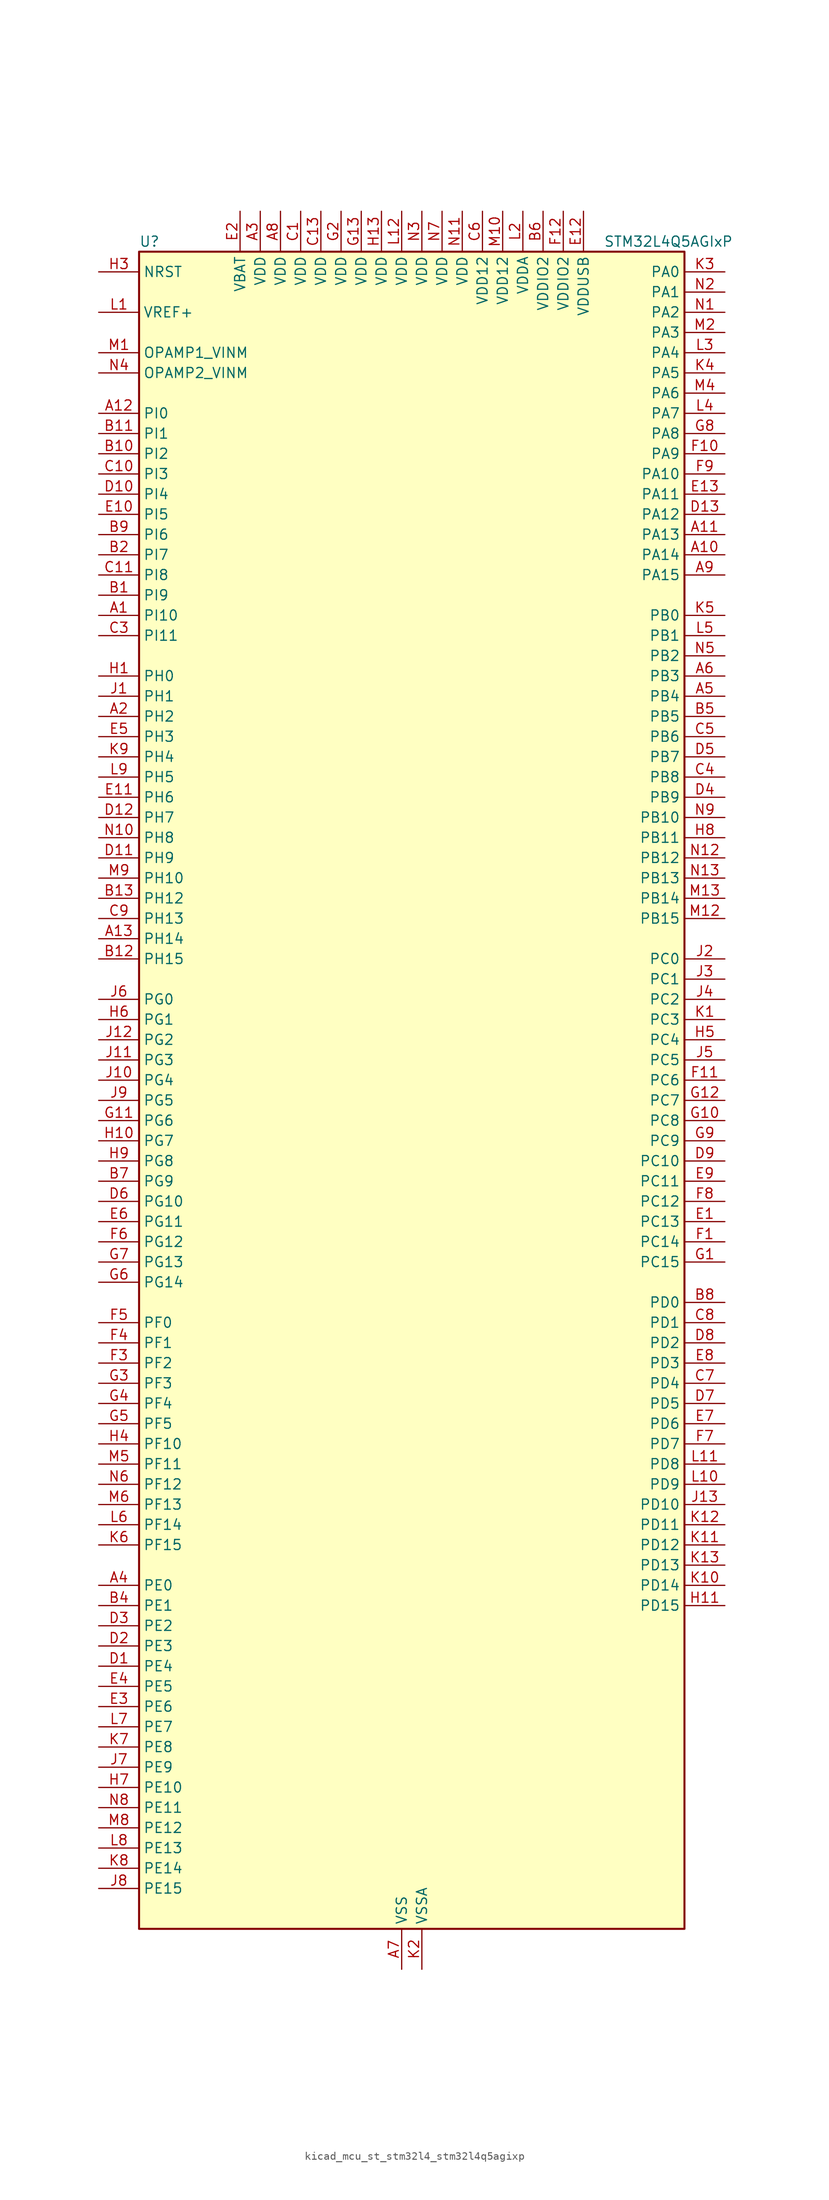
<source format=kicad_sym>
(kicad_symbol_lib
  (version 20220914)
  (generator kicad_symbol_editor)
  (symbol "kicad_mcu_st_stm32l4_stm32l4q5agixp"
    (property "Reference" "U"
      (at -33.02 107.95 0)
      (effects (font (size 1.27 1.27)) (justify left)))
    (property "Value" "STM32L4Q5AGIxP"
      (at 25.4 107.95 0)
      (effects (font (size 1.27 1.27)) (justify left)))
    (property "ki_locked" ""
      (at 0 0 0)
      (effects (font (size 1.27 1.27))))
    (symbol "kicad_mcu_st_stm32l4_stm32l4q5agixp_0_1"
      (rectangle (start -33.02 -104.14) (end 35.56 106.68) (stroke (width 0.254) (type default)) (fill (type background))))
    (symbol "kicad_mcu_st_stm32l4_stm32l4q5agixp_1_1"
      (pin bidirectional line (at -38.1 60.96 0) (length 5.08) (name "PI10" (effects (font (size 1.27 1.27)))) (number "A1" (effects (font (size 1.27 1.27)))) (alternate "OCTOSPIM_P2_IO1" bidirectional line) (alternate "PSSI_D14" bidirectional line))
      (pin bidirectional line (at 40.64 68.58 180) (length 5.08) (name "PA14" (effects (font (size 1.27 1.27)))) (number "A10" (effects (font (size 1.27 1.27)))) (alternate "I2C1_SMBA" bidirectional line) (alternate "I2C4_SMBA" bidirectional line) (alternate "LPTIM1_OUT" bidirectional line) (alternate "SAI1_FS_B" bidirectional line) (alternate "SYS_JTCK-SWCLK" bidirectional line) (alternate "USB_OTG_FS_SOF" bidirectional line))
      (pin bidirectional line (at 40.64 71.12 180) (length 5.08) (name "PA13" (effects (font (size 1.27 1.27)))) (number "A11" (effects (font (size 1.27 1.27)))) (alternate "IR_OUT" bidirectional line) (alternate "SAI1_SD_B" bidirectional line) (alternate "SYS_JTMS-SWDIO" bidirectional line) (alternate "USB_OTG_FS_NOE" bidirectional line))
      (pin bidirectional line (at -38.1 86.36 0) (length 5.08) (name "PI0" (effects (font (size 1.27 1.27)))) (number "A12" (effects (font (size 1.27 1.27)))) (alternate "DCMI_D13" bidirectional line) (alternate "OCTOSPIM_P1_IO5" bidirectional line) (alternate "PSSI_D13" bidirectional line) (alternate "SPI2_NSS" bidirectional line) (alternate "TIM5_CH4" bidirectional line))
      (pin bidirectional line (at -38.1 20.32 0) (length 5.08) (name "PH14" (effects (font (size 1.27 1.27)))) (number "A13" (effects (font (size 1.27 1.27)))) (alternate "DCMI_D4" bidirectional line) (alternate "PSSI_D4" bidirectional line) (alternate "TIM8_CH2N" bidirectional line))
      (pin bidirectional line (at -38.1 48.26 0) (length 5.08) (name "PH2" (effects (font (size 1.27 1.27)))) (number "A2" (effects (font (size 1.27 1.27)))) (alternate "OCTOSPIM_P1_IO4" bidirectional line))
      (pin power_in line (at -17.78 111.76 270) (length 5.08) (name "VDD" (effects (font (size 1.27 1.27)))) (number "A3" (effects (font (size 1.27 1.27)))))
      (pin bidirectional line (at -38.1 -60.96 0) (length 5.08) (name "PE0" (effects (font (size 1.27 1.27)))) (number "A4" (effects (font (size 1.27 1.27)))) (alternate "DCMI_D2" bidirectional line) (alternate "FMC_NBL0" bidirectional line) (alternate "LTDC_HSYNC" bidirectional line) (alternate "PSSI_D2" bidirectional line) (alternate "TIM16_CH1" bidirectional line) (alternate "TIM4_ETR" bidirectional line))
      (pin bidirectional line (at 40.64 50.8 180) (length 5.08) (name "PB4" (effects (font (size 1.27 1.27)))) (number "A5" (effects (font (size 1.27 1.27)))) (alternate "COMP2_INP" bidirectional line) (alternate "DCMI_D12" bidirectional line) (alternate "I2C3_SDA" bidirectional line) (alternate "OCTOSPIM_P1_IO5" bidirectional line) (alternate "PSSI_D12" bidirectional line) (alternate "SAI1_MCLK_B" bidirectional line) (alternate "SDMMC2_D3" bidirectional line) (alternate "SPI1_MISO" bidirectional line) (alternate "SPI3_MISO" bidirectional line) (alternate "SYS_JTRST" bidirectional line) (alternate "TIM17_BKIN" bidirectional line) (alternate "TIM3_CH1" bidirectional line) (alternate "TSC_G2_IO1" bidirectional line) (alternate "UART5_DE" bidirectional line) (alternate "UART5_RTS" bidirectional line) (alternate "USART1_CTS" bidirectional line) (alternate "USART1_NSS" bidirectional line))
      (pin bidirectional line (at 40.64 53.34 180) (length 5.08) (name "PB3" (effects (font (size 1.27 1.27)))) (number "A6" (effects (font (size 1.27 1.27)))) (alternate "COMP2_INM" bidirectional line) (alternate "CRS_SYNC" bidirectional line) (alternate "OCTOSPIM_P1_IO4" bidirectional line) (alternate "SAI1_SCK_B" bidirectional line) (alternate "SDMMC2_D2" bidirectional line) (alternate "SPI1_SCK" bidirectional line) (alternate "SPI3_SCK" bidirectional line) (alternate "SYS_JTDO-SWO" bidirectional line) (alternate "TIM2_CH2" bidirectional line) (alternate "USART1_DE" bidirectional line) (alternate "USART1_RTS" bidirectional line))
      (pin power_in line (at 0 -109.22 90) (length 5.08) (name "VSS" (effects (font (size 1.27 1.27)))) (number "A7" (effects (font (size 1.27 1.27)))))
      (pin power_in line (at -15.24 111.76 270) (length 5.08) (name "VDD" (effects (font (size 1.27 1.27)))) (number "A8" (effects (font (size 1.27 1.27)))))
      (pin bidirectional line (at 40.64 66.04 180) (length 5.08) (name "PA15" (effects (font (size 1.27 1.27)))) (number "A9" (effects (font (size 1.27 1.27)))) (alternate "ADC1_EXTI15" bidirectional line) (alternate "ADC2_EXTI15" bidirectional line) (alternate "LTDC_HSYNC" bidirectional line) (alternate "SAI2_FS_B" bidirectional line) (alternate "SPI1_NSS" bidirectional line) (alternate "SPI3_NSS" bidirectional line) (alternate "SYS_JTDI" bidirectional line) (alternate "TIM2_CH1" bidirectional line) (alternate "TIM2_ETR" bidirectional line) (alternate "TSC_G3_IO1" bidirectional line) (alternate "UART4_DE" bidirectional line) (alternate "UART4_RTS" bidirectional line) (alternate "USART2_RX" bidirectional line) (alternate "USART3_DE" bidirectional line) (alternate "USART3_RTS" bidirectional line))
      (pin bidirectional line (at -38.1 63.5 0) (length 5.08) (name "PI9" (effects (font (size 1.27 1.27)))) (number "B1" (effects (font (size 1.27 1.27)))) (alternate "CAN1_RX" bidirectional line) (alternate "DAC1_EXTI9" bidirectional line) (alternate "OCTOSPIM_P2_IO2" bidirectional line))
      (pin bidirectional line (at -38.1 81.28 0) (length 5.08) (name "PI2" (effects (font (size 1.27 1.27)))) (number "B10" (effects (font (size 1.27 1.27)))) (alternate "DCMI_D9" bidirectional line) (alternate "PSSI_D9" bidirectional line) (alternate "SPI2_MISO" bidirectional line) (alternate "TIM8_CH4" bidirectional line))
      (pin bidirectional line (at -38.1 83.82 0) (length 5.08) (name "PI1" (effects (font (size 1.27 1.27)))) (number "B11" (effects (font (size 1.27 1.27)))) (alternate "DCMI_D8" bidirectional line) (alternate "PSSI_D8" bidirectional line) (alternate "SPI2_SCK" bidirectional line))
      (pin bidirectional line (at -38.1 17.78 0) (length 5.08) (name "PH15" (effects (font (size 1.27 1.27)))) (number "B12" (effects (font (size 1.27 1.27)))) (alternate "ADC1_EXTI15" bidirectional line) (alternate "ADC2_EXTI15" bidirectional line) (alternate "DCMI_D11" bidirectional line) (alternate "OCTOSPIM_P2_IO6" bidirectional line) (alternate "PSSI_D11" bidirectional line) (alternate "TIM8_CH3N" bidirectional line))
      (pin bidirectional line (at -38.1 25.4 0) (length 5.08) (name "PH12" (effects (font (size 1.27 1.27)))) (number "B13" (effects (font (size 1.27 1.27)))) (alternate "DCMI_D3" bidirectional line) (alternate "OCTOSPIM_P2_IO7" bidirectional line) (alternate "PSSI_D3" bidirectional line) (alternate "TIM5_CH3" bidirectional line))
      (pin bidirectional line (at -38.1 68.58 0) (length 5.08) (name "PI7" (effects (font (size 1.27 1.27)))) (number "B2" (effects (font (size 1.27 1.27)))) (alternate "DCMI_D7" bidirectional line) (alternate "OCTOSPIM_P2_NCLK" bidirectional line) (alternate "PSSI_D7" bidirectional line) (alternate "TIM8_CH3" bidirectional line))
      (pin passive line (at 0 -109.22 90) (length 5.08) hide (name "VSS" (effects (font (size 1.27 1.27)))) (number "B3" (effects (font (size 1.27 1.27)))))
      (pin bidirectional line (at -38.1 -63.5 0) (length 5.08) (name "PE1" (effects (font (size 1.27 1.27)))) (number "B4" (effects (font (size 1.27 1.27)))) (alternate "DCMI_D3" bidirectional line) (alternate "FMC_NBL1" bidirectional line) (alternate "LTDC_VSYNC" bidirectional line) (alternate "PSSI_D3" bidirectional line) (alternate "TIM17_CH1" bidirectional line))
      (pin bidirectional line (at 40.64 48.26 180) (length 5.08) (name "PB5" (effects (font (size 1.27 1.27)))) (number "B5" (effects (font (size 1.27 1.27)))) (alternate "COMP2_OUT" bidirectional line) (alternate "DCMI_D10" bidirectional line) (alternate "I2C1_SMBA" bidirectional line) (alternate "LPTIM1_IN1" bidirectional line) (alternate "OCTOSPIM_P1_IO0" bidirectional line) (alternate "PSSI_D10" bidirectional line) (alternate "SAI1_SD_B" bidirectional line) (alternate "SPI1_MOSI" bidirectional line) (alternate "SPI3_MOSI" bidirectional line) (alternate "TIM16_BKIN" bidirectional line) (alternate "TIM3_CH2" bidirectional line) (alternate "TSC_G2_IO2" bidirectional line) (alternate "UART5_CTS" bidirectional line) (alternate "USART1_CK" bidirectional line))
      (pin power_in line (at 17.78 111.76 270) (length 5.08) (name "VDDIO2" (effects (font (size 1.27 1.27)))) (number "B6" (effects (font (size 1.27 1.27)))))
      (pin bidirectional line (at -38.1 -10.16 0) (length 5.08) (name "PG9" (effects (font (size 1.27 1.27)))) (number "B7" (effects (font (size 1.27 1.27)))) (alternate "DAC1_EXTI9" bidirectional line) (alternate "FMC_NCE" bidirectional line) (alternate "FMC_NE2" bidirectional line) (alternate "OCTOSPIM_P2_IO6" bidirectional line) (alternate "SAI2_SCK_A" bidirectional line) (alternate "SDMMC2_D0" bidirectional line) (alternate "SPI3_SCK" bidirectional line) (alternate "TIM15_CH1N" bidirectional line) (alternate "USART1_TX" bidirectional line))
      (pin bidirectional line (at 40.64 -25.4 180) (length 5.08) (name "PD0" (effects (font (size 1.27 1.27)))) (number "B8" (effects (font (size 1.27 1.27)))) (alternate "CAN1_RX" bidirectional line) (alternate "FMC_D2" bidirectional line) (alternate "FMC_DA2" bidirectional line) (alternate "LTDC_B4" bidirectional line) (alternate "SPI2_NSS" bidirectional line))
      (pin bidirectional line (at -38.1 71.12 0) (length 5.08) (name "PI6" (effects (font (size 1.27 1.27)))) (number "B9" (effects (font (size 1.27 1.27)))) (alternate "DCMI_D6" bidirectional line) (alternate "OCTOSPIM_P2_CLK" bidirectional line) (alternate "PSSI_D6" bidirectional line) (alternate "TIM8_CH2" bidirectional line))
      (pin power_in line (at -12.7 111.76 270) (length 5.08) (name "VDD" (effects (font (size 1.27 1.27)))) (number "C1" (effects (font (size 1.27 1.27)))))
      (pin bidirectional line (at -38.1 78.74 0) (length 5.08) (name "PI3" (effects (font (size 1.27 1.27)))) (number "C10" (effects (font (size 1.27 1.27)))) (alternate "DCMI_D10" bidirectional line) (alternate "PSSI_D10" bidirectional line) (alternate "SPI2_MOSI" bidirectional line) (alternate "TIM8_ETR" bidirectional line))
      (pin bidirectional line (at -38.1 66.04 0) (length 5.08) (name "PI8" (effects (font (size 1.27 1.27)))) (number "C11" (effects (font (size 1.27 1.27)))) (alternate "DCMI_D12" bidirectional line) (alternate "OCTOSPIM_P2_NCS" bidirectional line) (alternate "PSSI_D12" bidirectional line))
      (pin passive line (at 0 -109.22 90) (length 5.08) hide (name "VSS" (effects (font (size 1.27 1.27)))) (number "C12" (effects (font (size 1.27 1.27)))))
      (pin power_in line (at -10.16 111.76 270) (length 5.08) (name "VDD" (effects (font (size 1.27 1.27)))) (number "C13" (effects (font (size 1.27 1.27)))))
      (pin passive line (at 0 -109.22 90) (length 5.08) hide (name "VSS" (effects (font (size 1.27 1.27)))) (number "C2" (effects (font (size 1.27 1.27)))))
      (pin bidirectional line (at -38.1 58.42 0) (length 5.08) (name "PI11" (effects (font (size 1.27 1.27)))) (number "C3" (effects (font (size 1.27 1.27)))) (alternate "ADC1_EXTI11" bidirectional line) (alternate "ADC2_EXTI11" bidirectional line) (alternate "OCTOSPIM_P2_IO0" bidirectional line) (alternate "PSSI_D15" bidirectional line))
      (pin bidirectional line (at 40.64 40.64 180) (length 5.08) (name "PB8" (effects (font (size 1.27 1.27)))) (number "C4" (effects (font (size 1.27 1.27)))) (alternate "CAN1_RX" bidirectional line) (alternate "DCMI_D6" bidirectional line) (alternate "DFSDM1_CKOUT" bidirectional line) (alternate "I2C1_SCL" bidirectional line) (alternate "LTDC_DE" bidirectional line) (alternate "PSSI_D6" bidirectional line) (alternate "SAI1_CK1" bidirectional line) (alternate "SAI1_MCLK_A" bidirectional line) (alternate "SDMMC1_CKIN" bidirectional line) (alternate "SDMMC1_D4" bidirectional line) (alternate "SDMMC2_D4" bidirectional line) (alternate "TIM16_CH1" bidirectional line) (alternate "TIM4_CH3" bidirectional line))
      (pin bidirectional line (at 40.64 45.72 180) (length 5.08) (name "PB6" (effects (font (size 1.27 1.27)))) (number "C5" (effects (font (size 1.27 1.27)))) (alternate "COMP2_INP" bidirectional line) (alternate "DCMI_D5" bidirectional line) (alternate "I2C1_SCL" bidirectional line) (alternate "I2C4_SCL" bidirectional line) (alternate "LPTIM1_ETR" bidirectional line) (alternate "LTDC_R6" bidirectional line) (alternate "PSSI_D5" bidirectional line) (alternate "SAI1_FS_B" bidirectional line) (alternate "TIM16_CH1N" bidirectional line) (alternate "TIM4_CH1" bidirectional line) (alternate "TIM8_BKIN2" bidirectional line) (alternate "TSC_G2_IO3" bidirectional line) (alternate "USART1_TX" bidirectional line))
      (pin power_in line (at 10.16 111.76 270) (length 5.08) (name "VDD12" (effects (font (size 1.27 1.27)))) (number "C6" (effects (font (size 1.27 1.27)))))
      (pin bidirectional line (at 40.64 -35.56 180) (length 5.08) (name "PD4" (effects (font (size 1.27 1.27)))) (number "C7" (effects (font (size 1.27 1.27)))) (alternate "DFSDM1_CKIN0" bidirectional line) (alternate "FMC_NOE" bidirectional line) (alternate "OCTOSPIM_P1_IO4" bidirectional line) (alternate "SDMMC2_CKIN" bidirectional line) (alternate "SPI2_MOSI" bidirectional line) (alternate "USART2_DE" bidirectional line) (alternate "USART2_RTS" bidirectional line))
      (pin bidirectional line (at 40.64 -27.94 180) (length 5.08) (name "PD1" (effects (font (size 1.27 1.27)))) (number "C8" (effects (font (size 1.27 1.27)))) (alternate "CAN1_TX" bidirectional line) (alternate "FMC_D3" bidirectional line) (alternate "FMC_DA3" bidirectional line) (alternate "LTDC_B5" bidirectional line) (alternate "SPI2_SCK" bidirectional line))
      (pin bidirectional line (at -38.1 22.86 0) (length 5.08) (name "PH13" (effects (font (size 1.27 1.27)))) (number "C9" (effects (font (size 1.27 1.27)))) (alternate "CAN1_TX" bidirectional line) (alternate "TIM8_CH1N" bidirectional line))
      (pin bidirectional line (at -38.1 -71.12 0) (length 5.08) (name "PE4" (effects (font (size 1.27 1.27)))) (number "D1" (effects (font (size 1.27 1.27)))) (alternate "DCMI_D4" bidirectional line) (alternate "DFSDM1_DATIN3" bidirectional line) (alternate "FMC_A20" bidirectional line) (alternate "LTDC_B7" bidirectional line) (alternate "PSSI_D4" bidirectional line) (alternate "SAI1_D2" bidirectional line) (alternate "SAI1_FS_A" bidirectional line) (alternate "SYS_TRACED1" bidirectional line) (alternate "TIM3_CH2" bidirectional line) (alternate "TSC_G7_IO3" bidirectional line))
      (pin bidirectional line (at -38.1 76.2 0) (length 5.08) (name "PI4" (effects (font (size 1.27 1.27)))) (number "D10" (effects (font (size 1.27 1.27)))) (alternate "DCMI_D5" bidirectional line) (alternate "PSSI_D5" bidirectional line) (alternate "TIM8_BKIN" bidirectional line))
      (pin bidirectional line (at -38.1 30.48 0) (length 5.08) (name "PH9" (effects (font (size 1.27 1.27)))) (number "D11" (effects (font (size 1.27 1.27)))) (alternate "DAC1_EXTI9" bidirectional line) (alternate "DCMI_D0" bidirectional line) (alternate "I2C3_SMBA" bidirectional line) (alternate "OCTOSPIM_P2_IO4" bidirectional line) (alternate "PSSI_D0" bidirectional line))
      (pin bidirectional line (at -38.1 35.56 0) (length 5.08) (name "PH7" (effects (font (size 1.27 1.27)))) (number "D12" (effects (font (size 1.27 1.27)))) (alternate "DCMI_D9" bidirectional line) (alternate "I2C3_SCL" bidirectional line) (alternate "OCTOSPIM_P2_NCLK" bidirectional line) (alternate "PSSI_D9" bidirectional line))
      (pin bidirectional line (at 40.64 73.66 180) (length 5.08) (name "PA12" (effects (font (size 1.27 1.27)))) (number "D13" (effects (font (size 1.27 1.27)))) (alternate "CAN1_TX" bidirectional line) (alternate "LTDC_VSYNC" bidirectional line) (alternate "OCTOSPIM_P2_NCS" bidirectional line) (alternate "SPI1_MOSI" bidirectional line) (alternate "TIM1_ETR" bidirectional line) (alternate "USART1_DE" bidirectional line) (alternate "USART1_RTS" bidirectional line) (alternate "USB_OTG_FS_DP" bidirectional line))
      (pin bidirectional line (at -38.1 -68.58 0) (length 5.08) (name "PE3" (effects (font (size 1.27 1.27)))) (number "D2" (effects (font (size 1.27 1.27)))) (alternate "FMC_A19" bidirectional line) (alternate "LTDC_R6" bidirectional line) (alternate "OCTOSPIM_P1_DQS" bidirectional line) (alternate "SAI1_SD_B" bidirectional line) (alternate "SYS_TRACED0" bidirectional line) (alternate "TIM3_CH1" bidirectional line) (alternate "TSC_G7_IO2" bidirectional line))
      (pin bidirectional line (at -38.1 -66.04 0) (length 5.08) (name "PE2" (effects (font (size 1.27 1.27)))) (number "D3" (effects (font (size 1.27 1.27)))) (alternate "FMC_A23" bidirectional line) (alternate "LTDC_R7" bidirectional line) (alternate "SAI1_CK1" bidirectional line) (alternate "SAI1_MCLK_A" bidirectional line) (alternate "SYS_TRACECLK" bidirectional line) (alternate "TIM3_ETR" bidirectional line) (alternate "TSC_G7_IO1" bidirectional line))
      (pin bidirectional line (at 40.64 38.1 180) (length 5.08) (name "PB9" (effects (font (size 1.27 1.27)))) (number "D4" (effects (font (size 1.27 1.27)))) (alternate "CAN1_TX" bidirectional line) (alternate "DAC1_EXTI9" bidirectional line) (alternate "DCMI_D7" bidirectional line) (alternate "I2C1_SDA" bidirectional line) (alternate "IR_OUT" bidirectional line) (alternate "PSSI_D7" bidirectional line) (alternate "SAI1_D2" bidirectional line) (alternate "SAI1_FS_A" bidirectional line) (alternate "SDMMC1_CDIR" bidirectional line) (alternate "SDMMC1_D5" bidirectional line) (alternate "SDMMC2_D5" bidirectional line) (alternate "SPI2_NSS" bidirectional line) (alternate "TIM17_CH1" bidirectional line) (alternate "TIM4_CH4" bidirectional line))
      (pin bidirectional line (at 40.64 43.18 180) (length 5.08) (name "PB7" (effects (font (size 1.27 1.27)))) (number "D5" (effects (font (size 1.27 1.27)))) (alternate "COMP2_INM" bidirectional line) (alternate "DCMI_VSYNC" bidirectional line) (alternate "FMC_NL" bidirectional line) (alternate "I2C1_SDA" bidirectional line) (alternate "I2C4_SDA" bidirectional line) (alternate "LPTIM1_IN2" bidirectional line) (alternate "LTDC_VSYNC" bidirectional line) (alternate "PSSI_RDY" bidirectional line) (alternate "SYS_PVD_IN" bidirectional line) (alternate "TIM17_CH1N" bidirectional line) (alternate "TIM4_CH2" bidirectional line) (alternate "TIM8_BKIN" bidirectional line) (alternate "TSC_G2_IO4" bidirectional line) (alternate "UART4_CTS" bidirectional line) (alternate "USART1_RX" bidirectional line))
      (pin bidirectional line (at -38.1 -12.7 0) (length 5.08) (name "PG10" (effects (font (size 1.27 1.27)))) (number "D6" (effects (font (size 1.27 1.27)))) (alternate "FMC_NE3" bidirectional line) (alternate "LPTIM1_IN1" bidirectional line) (alternate "OCTOSPIM_P2_IO7" bidirectional line) (alternate "SAI2_FS_A" bidirectional line) (alternate "SDMMC2_D1" bidirectional line) (alternate "SPI3_MISO" bidirectional line) (alternate "TIM15_CH1" bidirectional line) (alternate "USART1_RX" bidirectional line))
      (pin bidirectional line (at 40.64 -38.1 180) (length 5.08) (name "PD5" (effects (font (size 1.27 1.27)))) (number "D7" (effects (font (size 1.27 1.27)))) (alternate "FMC_NWE" bidirectional line) (alternate "OCTOSPIM_P1_IO5" bidirectional line) (alternate "USART2_TX" bidirectional line))
      (pin bidirectional line (at 40.64 -30.48 180) (length 5.08) (name "PD2" (effects (font (size 1.27 1.27)))) (number "D8" (effects (font (size 1.27 1.27)))) (alternate "DCMI_D11" bidirectional line) (alternate "PSSI_D11" bidirectional line) (alternate "SDMMC1_CMD" bidirectional line) (alternate "SYS_TRACED2" bidirectional line) (alternate "TIM3_ETR" bidirectional line) (alternate "TSC_SYNC" bidirectional line) (alternate "UART5_RX" bidirectional line) (alternate "USART3_DE" bidirectional line) (alternate "USART3_RTS" bidirectional line))
      (pin bidirectional line (at 40.64 -7.62 180) (length 5.08) (name "PC10" (effects (font (size 1.27 1.27)))) (number "D9" (effects (font (size 1.27 1.27)))) (alternate "DCMI_D8" bidirectional line) (alternate "DCMI_VSYNC" bidirectional line) (alternate "PSSI_D8" bidirectional line) (alternate "PSSI_RDY" bidirectional line) (alternate "SAI2_SCK_B" bidirectional line) (alternate "SDMMC1_D2" bidirectional line) (alternate "SPI3_SCK" bidirectional line) (alternate "SYS_TRACED1" bidirectional line) (alternate "TSC_G3_IO2" bidirectional line) (alternate "UART4_TX" bidirectional line) (alternate "USART3_TX" bidirectional line))
      (pin bidirectional line (at 40.64 -15.24 180) (length 5.08) (name "PC13" (effects (font (size 1.27 1.27)))) (number "E1" (effects (font (size 1.27 1.27)))) (alternate "RTC_OUT1" bidirectional line) (alternate "RTC_TAMP1" bidirectional line) (alternate "RTC_TS" bidirectional line) (alternate "SYS_WKUP2" bidirectional line))
      (pin bidirectional line (at -38.1 73.66 0) (length 5.08) (name "PI5" (effects (font (size 1.27 1.27)))) (number "E10" (effects (font (size 1.27 1.27)))) (alternate "DCMI_VSYNC" bidirectional line) (alternate "OCTOSPIM_P2_NCS" bidirectional line) (alternate "PSSI_RDY" bidirectional line) (alternate "TIM8_CH1" bidirectional line))
      (pin bidirectional line (at -38.1 38.1 0) (length 5.08) (name "PH6" (effects (font (size 1.27 1.27)))) (number "E11" (effects (font (size 1.27 1.27)))) (alternate "DCMI_D8" bidirectional line) (alternate "I2C2_SMBA" bidirectional line) (alternate "OCTOSPIM_P2_CLK" bidirectional line) (alternate "PSSI_D8" bidirectional line))
      (pin power_in line (at 22.86 111.76 270) (length 5.08) (name "VDDUSB" (effects (font (size 1.27 1.27)))) (number "E12" (effects (font (size 1.27 1.27)))))
      (pin bidirectional line (at 40.64 76.2 180) (length 5.08) (name "PA11" (effects (font (size 1.27 1.27)))) (number "E13" (effects (font (size 1.27 1.27)))) (alternate "ADC1_EXTI11" bidirectional line) (alternate "ADC2_EXTI11" bidirectional line) (alternate "CAN1_RX" bidirectional line) (alternate "LTDC_DE" bidirectional line) (alternate "SPI1_MISO" bidirectional line) (alternate "TIM1_BKIN2" bidirectional line) (alternate "TIM1_CH4" bidirectional line) (alternate "USART1_CTS" bidirectional line) (alternate "USART1_NSS" bidirectional line) (alternate "USB_OTG_FS_DM" bidirectional line))
      (pin power_in line (at -20.32 111.76 270) (length 5.08) (name "VBAT" (effects (font (size 1.27 1.27)))) (number "E2" (effects (font (size 1.27 1.27)))))
      (pin bidirectional line (at -38.1 -76.2 0) (length 5.08) (name "PE6" (effects (font (size 1.27 1.27)))) (number "E3" (effects (font (size 1.27 1.27)))) (alternate "DCMI_D7" bidirectional line) (alternate "FMC_A22" bidirectional line) (alternate "LTDC_G6" bidirectional line) (alternate "PSSI_D7" bidirectional line) (alternate "RTC_TAMP3" bidirectional line) (alternate "SAI1_D1" bidirectional line) (alternate "SAI1_SD_A" bidirectional line) (alternate "SYS_TRACED3" bidirectional line) (alternate "SYS_WKUP3" bidirectional line) (alternate "TIM3_CH4" bidirectional line))
      (pin bidirectional line (at -38.1 -73.66 0) (length 5.08) (name "PE5" (effects (font (size 1.27 1.27)))) (number "E4" (effects (font (size 1.27 1.27)))) (alternate "DCMI_D6" bidirectional line) (alternate "DFSDM1_CKIN3" bidirectional line) (alternate "FMC_A21" bidirectional line) (alternate "LTDC_G7" bidirectional line) (alternate "PSSI_D6" bidirectional line) (alternate "SAI1_CK2" bidirectional line) (alternate "SAI1_SCK_A" bidirectional line) (alternate "SYS_TRACED2" bidirectional line) (alternate "TIM3_CH3" bidirectional line) (alternate "TSC_G7_IO4" bidirectional line))
      (pin bidirectional line (at -38.1 45.72 0) (length 5.08) (name "PH3" (effects (font (size 1.27 1.27)))) (number "E5" (effects (font (size 1.27 1.27)))))
      (pin bidirectional line (at -38.1 -15.24 0) (length 5.08) (name "PG11" (effects (font (size 1.27 1.27)))) (number "E6" (effects (font (size 1.27 1.27)))) (alternate "ADC1_EXTI11" bidirectional line) (alternate "ADC2_EXTI11" bidirectional line) (alternate "LPTIM1_IN2" bidirectional line) (alternate "OCTOSPIM_P1_IO5" bidirectional line) (alternate "SAI2_MCLK_A" bidirectional line) (alternate "SDMMC2_D2" bidirectional line) (alternate "SPI3_MOSI" bidirectional line) (alternate "TIM15_CH2" bidirectional line) (alternate "USART1_CTS" bidirectional line) (alternate "USART1_NSS" bidirectional line))
      (pin bidirectional line (at 40.64 -40.64 180) (length 5.08) (name "PD6" (effects (font (size 1.27 1.27)))) (number "E7" (effects (font (size 1.27 1.27)))) (alternate "DCMI_D10" bidirectional line) (alternate "DFSDM1_DATIN1" bidirectional line) (alternate "FMC_NWAIT" bidirectional line) (alternate "LTDC_DE" bidirectional line) (alternate "OCTOSPIM_P1_IO6" bidirectional line) (alternate "PSSI_D10" bidirectional line) (alternate "SAI1_D1" bidirectional line) (alternate "SAI1_SD_A" bidirectional line) (alternate "SDMMC2_CK" bidirectional line) (alternate "SPI3_MOSI" bidirectional line) (alternate "USART2_RX" bidirectional line))
      (pin bidirectional line (at 40.64 -33.02 180) (length 5.08) (name "PD3" (effects (font (size 1.27 1.27)))) (number "E8" (effects (font (size 1.27 1.27)))) (alternate "DCMI_D5" bidirectional line) (alternate "DFSDM1_DATIN0" bidirectional line) (alternate "FMC_CLK" bidirectional line) (alternate "LTDC_CLK" bidirectional line) (alternate "OCTOSPIM_P2_NCS" bidirectional line) (alternate "PSSI_D5" bidirectional line) (alternate "SPI2_MISO" bidirectional line) (alternate "SPI2_SCK" bidirectional line) (alternate "USART2_CTS" bidirectional line) (alternate "USART2_NSS" bidirectional line))
      (pin bidirectional line (at 40.64 -10.16 180) (length 5.08) (name "PC11" (effects (font (size 1.27 1.27)))) (number "E9" (effects (font (size 1.27 1.27)))) (alternate "ADC1_EXTI11" bidirectional line) (alternate "ADC2_EXTI11" bidirectional line) (alternate "DCMI_D2" bidirectional line) (alternate "DCMI_D4" bidirectional line) (alternate "OCTOSPIM_P1_NCS" bidirectional line) (alternate "PSSI_D2" bidirectional line) (alternate "PSSI_D4" bidirectional line) (alternate "SAI2_MCLK_B" bidirectional line) (alternate "SDMMC1_D3" bidirectional line) (alternate "SPI3_MISO" bidirectional line) (alternate "TSC_G3_IO3" bidirectional line) (alternate "UART4_RX" bidirectional line) (alternate "USART3_RX" bidirectional line))
      (pin bidirectional line (at 40.64 -17.78 180) (length 5.08) (name "PC14" (effects (font (size 1.27 1.27)))) (number "F1" (effects (font (size 1.27 1.27)))) (alternate "RCC_OSC32_IN" bidirectional line))
      (pin bidirectional line (at 40.64 81.28 180) (length 5.08) (name "PA9" (effects (font (size 1.27 1.27)))) (number "F10" (effects (font (size 1.27 1.27)))) (alternate "DAC1_EXTI9" bidirectional line) (alternate "DCMI_D0" bidirectional line) (alternate "LTDC_G7" bidirectional line) (alternate "PSSI_D0" bidirectional line) (alternate "SAI1_FS_A" bidirectional line) (alternate "SPI2_SCK" bidirectional line) (alternate "TIM15_BKIN" bidirectional line) (alternate "TIM1_CH2" bidirectional line) (alternate "USART1_TX" bidirectional line) (alternate "USB_OTG_FS_VBUS" bidirectional line))
      (pin bidirectional line (at 40.64 2.54 180) (length 5.08) (name "PC6" (effects (font (size 1.27 1.27)))) (number "F11" (effects (font (size 1.27 1.27)))) (alternate "DCMI_D0" bidirectional line) (alternate "DFSDM1_CKIN3" bidirectional line) (alternate "LTDC_G7" bidirectional line) (alternate "PSSI_D0" bidirectional line) (alternate "SAI2_MCLK_A" bidirectional line) (alternate "SDMMC1_D0DIR" bidirectional line) (alternate "SDMMC1_D6" bidirectional line) (alternate "SDMMC2_D6" bidirectional line) (alternate "TIM3_CH1" bidirectional line) (alternate "TIM8_CH1" bidirectional line) (alternate "TSC_G4_IO1" bidirectional line))
      (pin power_in line (at 20.32 111.76 270) (length 5.08) (name "VDDIO2" (effects (font (size 1.27 1.27)))) (number "F12" (effects (font (size 1.27 1.27)))))
      (pin passive line (at 0 -109.22 90) (length 5.08) hide (name "VSS" (effects (font (size 1.27 1.27)))) (number "F13" (effects (font (size 1.27 1.27)))))
      (pin passive line (at 0 -109.22 90) (length 5.08) hide (name "VSS" (effects (font (size 1.27 1.27)))) (number "F2" (effects (font (size 1.27 1.27)))))
      (pin bidirectional line (at -38.1 -33.02 0) (length 5.08) (name "PF2" (effects (font (size 1.27 1.27)))) (number "F3" (effects (font (size 1.27 1.27)))) (alternate "FMC_A2" bidirectional line) (alternate "I2C2_SMBA" bidirectional line) (alternate "OCTOSPIM_P2_IO2" bidirectional line))
      (pin bidirectional line (at -38.1 -30.48 0) (length 5.08) (name "PF1" (effects (font (size 1.27 1.27)))) (number "F4" (effects (font (size 1.27 1.27)))) (alternate "FMC_A1" bidirectional line) (alternate "I2C2_SCL" bidirectional line) (alternate "OCTOSPIM_P2_IO1" bidirectional line))
      (pin bidirectional line (at -38.1 -27.94 0) (length 5.08) (name "PF0" (effects (font (size 1.27 1.27)))) (number "F5" (effects (font (size 1.27 1.27)))) (alternate "FMC_A0" bidirectional line) (alternate "I2C2_SDA" bidirectional line) (alternate "OCTOSPIM_P2_IO0" bidirectional line))
      (pin bidirectional line (at -38.1 -17.78 0) (length 5.08) (name "PG12" (effects (font (size 1.27 1.27)))) (number "F6" (effects (font (size 1.27 1.27)))) (alternate "FMC_NE4" bidirectional line) (alternate "LPTIM1_ETR" bidirectional line) (alternate "OCTOSPIM_P2_NCS" bidirectional line) (alternate "SAI2_SD_A" bidirectional line) (alternate "SDMMC2_D3" bidirectional line) (alternate "SPI3_NSS" bidirectional line) (alternate "USART1_DE" bidirectional line) (alternate "USART1_RTS" bidirectional line))
      (pin bidirectional line (at 40.64 -43.18 180) (length 5.08) (name "PD7" (effects (font (size 1.27 1.27)))) (number "F7" (effects (font (size 1.27 1.27)))) (alternate "DFSDM1_CKIN1" bidirectional line) (alternate "FMC_NCE" bidirectional line) (alternate "FMC_NE1" bidirectional line) (alternate "OCTOSPIM_P1_IO7" bidirectional line) (alternate "SDMMC2_CMD" bidirectional line) (alternate "USART2_CK" bidirectional line))
      (pin bidirectional line (at 40.64 -12.7 180) (length 5.08) (name "PC12" (effects (font (size 1.27 1.27)))) (number "F8" (effects (font (size 1.27 1.27)))) (alternate "DCMI_D9" bidirectional line) (alternate "LTDC_R6" bidirectional line) (alternate "PSSI_D9" bidirectional line) (alternate "SAI2_SD_B" bidirectional line) (alternate "SDMMC1_CK" bidirectional line) (alternate "SPI3_MOSI" bidirectional line) (alternate "SYS_TRACED3" bidirectional line) (alternate "TSC_G3_IO4" bidirectional line) (alternate "UART5_TX" bidirectional line) (alternate "USART3_CK" bidirectional line))
      (pin bidirectional line (at 40.64 78.74 180) (length 5.08) (name "PA10" (effects (font (size 1.27 1.27)))) (number "F9" (effects (font (size 1.27 1.27)))) (alternate "DCMI_D1" bidirectional line) (alternate "LTDC_G6" bidirectional line) (alternate "PSSI_D1" bidirectional line) (alternate "SAI1_D1" bidirectional line) (alternate "SAI1_SD_A" bidirectional line) (alternate "TIM17_BKIN" bidirectional line) (alternate "TIM1_CH3" bidirectional line) (alternate "USART1_RX" bidirectional line) (alternate "USB_OTG_FS_ID" bidirectional line))
      (pin bidirectional line (at 40.64 -20.32 180) (length 5.08) (name "PC15" (effects (font (size 1.27 1.27)))) (number "G1" (effects (font (size 1.27 1.27)))) (alternate "ADC1_EXTI15" bidirectional line) (alternate "ADC2_EXTI15" bidirectional line) (alternate "RCC_OSC32_OUT" bidirectional line))
      (pin bidirectional line (at 40.64 -2.54 180) (length 5.08) (name "PC8" (effects (font (size 1.27 1.27)))) (number "G10" (effects (font (size 1.27 1.27)))) (alternate "DCMI_D2" bidirectional line) (alternate "PSSI_D2" bidirectional line) (alternate "SDMMC1_D0" bidirectional line) (alternate "TIM3_CH3" bidirectional line) (alternate "TIM8_CH3" bidirectional line) (alternate "TSC_G4_IO3" bidirectional line))
      (pin bidirectional line (at -38.1 -2.54 0) (length 5.08) (name "PG6" (effects (font (size 1.27 1.27)))) (number "G11" (effects (font (size 1.27 1.27)))) (alternate "I2C3_SMBA" bidirectional line) (alternate "LPUART1_DE" bidirectional line) (alternate "LPUART1_RTS" bidirectional line) (alternate "LTDC_R1" bidirectional line) (alternate "OCTOSPIM_P1_DQS" bidirectional line))
      (pin bidirectional line (at 40.64 0 180) (length 5.08) (name "PC7" (effects (font (size 1.27 1.27)))) (number "G12" (effects (font (size 1.27 1.27)))) (alternate "DCMI_D1" bidirectional line) (alternate "DFSDM1_DATIN3" bidirectional line) (alternate "LTDC_B6" bidirectional line) (alternate "PSSI_D1" bidirectional line) (alternate "SAI2_MCLK_B" bidirectional line) (alternate "SDMMC1_D123DIR" bidirectional line) (alternate "SDMMC1_D7" bidirectional line) (alternate "SDMMC2_D7" bidirectional line) (alternate "TIM3_CH2" bidirectional line) (alternate "TIM8_CH2" bidirectional line) (alternate "TSC_G4_IO2" bidirectional line))
      (pin power_in line (at -5.08 111.76 270) (length 5.08) (name "VDD" (effects (font (size 1.27 1.27)))) (number "G13" (effects (font (size 1.27 1.27)))))
      (pin power_in line (at -7.62 111.76 270) (length 5.08) (name "VDD" (effects (font (size 1.27 1.27)))) (number "G2" (effects (font (size 1.27 1.27)))))
      (pin bidirectional line (at -38.1 -35.56 0) (length 5.08) (name "PF3" (effects (font (size 1.27 1.27)))) (number "G3" (effects (font (size 1.27 1.27)))) (alternate "FMC_A3" bidirectional line) (alternate "OCTOSPIM_P2_IO3" bidirectional line))
      (pin bidirectional line (at -38.1 -38.1 0) (length 5.08) (name "PF4" (effects (font (size 1.27 1.27)))) (number "G4" (effects (font (size 1.27 1.27)))) (alternate "FMC_A4" bidirectional line) (alternate "OCTOSPIM_P2_CLK" bidirectional line))
      (pin bidirectional line (at -38.1 -40.64 0) (length 5.08) (name "PF5" (effects (font (size 1.27 1.27)))) (number "G5" (effects (font (size 1.27 1.27)))) (alternate "FMC_A5" bidirectional line) (alternate "OCTOSPIM_P2_NCLK" bidirectional line))
      (pin bidirectional line (at -38.1 -22.86 0) (length 5.08) (name "PG14" (effects (font (size 1.27 1.27)))) (number "G6" (effects (font (size 1.27 1.27)))) (alternate "FMC_A25" bidirectional line) (alternate "I2C1_SCL" bidirectional line) (alternate "LTDC_R1" bidirectional line))
      (pin bidirectional line (at -38.1 -20.32 0) (length 5.08) (name "PG13" (effects (font (size 1.27 1.27)))) (number "G7" (effects (font (size 1.27 1.27)))) (alternate "FMC_A24" bidirectional line) (alternate "I2C1_SDA" bidirectional line) (alternate "LTDC_R0" bidirectional line) (alternate "USART1_CK" bidirectional line))
      (pin bidirectional line (at 40.64 83.82 180) (length 5.08) (name "PA8" (effects (font (size 1.27 1.27)))) (number "G8" (effects (font (size 1.27 1.27)))) (alternate "LPTIM2_OUT" bidirectional line) (alternate "LTDC_B7" bidirectional line) (alternate "RCC_MCO" bidirectional line) (alternate "SAI1_CK2" bidirectional line) (alternate "SAI1_SCK_A" bidirectional line) (alternate "TIM1_CH1" bidirectional line) (alternate "USART1_CK" bidirectional line) (alternate "USB_OTG_FS_SOF" bidirectional line))
      (pin bidirectional line (at 40.64 -5.08 180) (length 5.08) (name "PC9" (effects (font (size 1.27 1.27)))) (number "G9" (effects (font (size 1.27 1.27)))) (alternate "DAC1_EXTI9" bidirectional line) (alternate "DCMI_D3" bidirectional line) (alternate "I2C3_SDA" bidirectional line) (alternate "PSSI_D3" bidirectional line) (alternate "SAI2_EXTCLK" bidirectional line) (alternate "SDMMC1_D1" bidirectional line) (alternate "SYS_TRACED0" bidirectional line) (alternate "TIM3_CH4" bidirectional line) (alternate "TIM8_BKIN2" bidirectional line) (alternate "TIM8_CH4" bidirectional line) (alternate "TSC_G4_IO4" bidirectional line) (alternate "USB_OTG_FS_NOE" bidirectional line))
      (pin bidirectional line (at -38.1 53.34 0) (length 5.08) (name "PH0" (effects (font (size 1.27 1.27)))) (number "H1" (effects (font (size 1.27 1.27)))) (alternate "RCC_OSC_IN" bidirectional line))
      (pin bidirectional line (at -38.1 -5.08 0) (length 5.08) (name "PG7" (effects (font (size 1.27 1.27)))) (number "H10" (effects (font (size 1.27 1.27)))) (alternate "DFSDM1_CKOUT" bidirectional line) (alternate "FMC_INT" bidirectional line) (alternate "I2C3_SCL" bidirectional line) (alternate "LPUART1_TX" bidirectional line) (alternate "OCTOSPIM_P2_DQS" bidirectional line) (alternate "SAI1_CK1" bidirectional line) (alternate "SAI1_MCLK_A" bidirectional line))
      (pin bidirectional line (at 40.64 -63.5 180) (length 5.08) (name "PD15" (effects (font (size 1.27 1.27)))) (number "H11" (effects (font (size 1.27 1.27)))) (alternate "ADC1_EXTI15" bidirectional line) (alternate "ADC2_EXTI15" bidirectional line) (alternate "FMC_D1" bidirectional line) (alternate "FMC_DA1" bidirectional line) (alternate "LTDC_B3" bidirectional line) (alternate "TIM4_CH4" bidirectional line))
      (pin passive line (at 0 -109.22 90) (length 5.08) hide (name "VSS" (effects (font (size 1.27 1.27)))) (number "H12" (effects (font (size 1.27 1.27)))))
      (pin power_in line (at -2.54 111.76 270) (length 5.08) (name "VDD" (effects (font (size 1.27 1.27)))) (number "H13" (effects (font (size 1.27 1.27)))))
      (pin passive line (at 0 -109.22 90) (length 5.08) hide (name "VSS" (effects (font (size 1.27 1.27)))) (number "H2" (effects (font (size 1.27 1.27)))))
      (pin input line (at -38.1 104.14 0) (length 5.08) (name "NRST" (effects (font (size 1.27 1.27)))) (number "H3" (effects (font (size 1.27 1.27)))))
      (pin bidirectional line (at -38.1 -43.18 0) (length 5.08) (name "PF10" (effects (font (size 1.27 1.27)))) (number "H4" (effects (font (size 1.27 1.27)))) (alternate "DCMI_D11" bidirectional line) (alternate "DFSDM1_CKOUT" bidirectional line) (alternate "OCTOSPIM_P1_CLK" bidirectional line) (alternate "PSSI_D11" bidirectional line) (alternate "PSSI_D15" bidirectional line) (alternate "SAI1_D3" bidirectional line) (alternate "TIM15_CH2" bidirectional line))
      (pin bidirectional line (at 40.64 7.62 180) (length 5.08) (name "PC4" (effects (font (size 1.27 1.27)))) (number "H5" (effects (font (size 1.27 1.27)))) (alternate "ADC1_IN13" bidirectional line) (alternate "ADC2_IN13" bidirectional line) (alternate "COMP1_INM" bidirectional line) (alternate "OCTOSPIM_P1_IO7" bidirectional line) (alternate "OCTOSPIM_P2_NCS" bidirectional line) (alternate "USART3_TX" bidirectional line))
      (pin bidirectional line (at -38.1 10.16 0) (length 5.08) (name "PG1" (effects (font (size 1.27 1.27)))) (number "H6" (effects (font (size 1.27 1.27)))) (alternate "FMC_A11" bidirectional line) (alternate "OCTOSPIM_P2_IO5" bidirectional line) (alternate "TSC_G8_IO4" bidirectional line))
      (pin bidirectional line (at -38.1 -86.36 0) (length 5.08) (name "PE10" (effects (font (size 1.27 1.27)))) (number "H7" (effects (font (size 1.27 1.27)))) (alternate "FMC_D7" bidirectional line) (alternate "FMC_DA7" bidirectional line) (alternate "LTDC_G3" bidirectional line) (alternate "OCTOSPIM_P1_CLK" bidirectional line) (alternate "SAI1_MCLK_B" bidirectional line) (alternate "TIM1_CH2N" bidirectional line) (alternate "TSC_G5_IO1" bidirectional line))
      (pin bidirectional line (at 40.64 33.02 180) (length 5.08) (name "PB11" (effects (font (size 1.27 1.27)))) (number "H8" (effects (font (size 1.27 1.27)))) (alternate "ADC1_EXTI11" bidirectional line) (alternate "ADC2_EXTI11" bidirectional line) (alternate "COMP2_OUT" bidirectional line) (alternate "I2C2_SDA" bidirectional line) (alternate "I2C4_SDA" bidirectional line) (alternate "LPUART1_TX" bidirectional line) (alternate "LTDC_VSYNC" bidirectional line) (alternate "OCTOSPIM_P1_NCS" bidirectional line) (alternate "TIM2_CH4" bidirectional line) (alternate "USART3_RX" bidirectional line))
      (pin bidirectional line (at -38.1 -7.62 0) (length 5.08) (name "PG8" (effects (font (size 1.27 1.27)))) (number "H9" (effects (font (size 1.27 1.27)))) (alternate "I2C3_SDA" bidirectional line) (alternate "LPUART1_RX" bidirectional line))
      (pin bidirectional line (at -38.1 50.8 0) (length 5.08) (name "PH1" (effects (font (size 1.27 1.27)))) (number "J1" (effects (font (size 1.27 1.27)))) (alternate "RCC_OSC_OUT" bidirectional line))
      (pin bidirectional line (at -38.1 2.54 0) (length 5.08) (name "PG4" (effects (font (size 1.27 1.27)))) (number "J10" (effects (font (size 1.27 1.27)))) (alternate "FMC_A14" bidirectional line) (alternate "SAI2_MCLK_B" bidirectional line) (alternate "SDMMC2_D6" bidirectional line) (alternate "SPI1_MOSI" bidirectional line))
      (pin bidirectional line (at -38.1 5.08 0) (length 5.08) (name "PG3" (effects (font (size 1.27 1.27)))) (number "J11" (effects (font (size 1.27 1.27)))) (alternate "FMC_A13" bidirectional line) (alternate "SAI2_FS_B" bidirectional line) (alternate "SDMMC2_D5" bidirectional line) (alternate "SPI1_MISO" bidirectional line))
      (pin bidirectional line (at -38.1 7.62 0) (length 5.08) (name "PG2" (effects (font (size 1.27 1.27)))) (number "J12" (effects (font (size 1.27 1.27)))) (alternate "FMC_A12" bidirectional line) (alternate "SAI2_SCK_B" bidirectional line) (alternate "SDMMC2_D4" bidirectional line) (alternate "SPI1_SCK" bidirectional line))
      (pin bidirectional line (at 40.64 -50.8 180) (length 5.08) (name "PD10" (effects (font (size 1.27 1.27)))) (number "J13" (effects (font (size 1.27 1.27)))) (alternate "FMC_D15" bidirectional line) (alternate "FMC_DA15" bidirectional line) (alternate "LTDC_R5" bidirectional line) (alternate "SAI2_SCK_A" bidirectional line) (alternate "TSC_G6_IO1" bidirectional line) (alternate "USART3_CK" bidirectional line))
      (pin bidirectional line (at 40.64 17.78 180) (length 5.08) (name "PC0" (effects (font (size 1.27 1.27)))) (number "J2" (effects (font (size 1.27 1.27)))) (alternate "ADC1_IN1" bidirectional line) (alternate "ADC2_IN1" bidirectional line) (alternate "I2C3_SCL" bidirectional line) (alternate "LPTIM1_IN1" bidirectional line) (alternate "LPTIM2_IN1" bidirectional line) (alternate "LPUART1_RX" bidirectional line) (alternate "LTDC_DE" bidirectional line) (alternate "SAI2_FS_A" bidirectional line) (alternate "SDMMC1_CMD" bidirectional line) (alternate "SDMMC2_CKIN" bidirectional line))
      (pin bidirectional line (at 40.64 15.24 180) (length 5.08) (name "PC1" (effects (font (size 1.27 1.27)))) (number "J3" (effects (font (size 1.27 1.27)))) (alternate "ADC1_IN2" bidirectional line) (alternate "ADC2_IN2" bidirectional line) (alternate "I2C3_SDA" bidirectional line) (alternate "LPTIM1_OUT" bidirectional line) (alternate "LPUART1_TX" bidirectional line) (alternate "OCTOSPIM_P1_IO4" bidirectional line) (alternate "SAI1_SD_A" bidirectional line) (alternate "SPI2_MOSI" bidirectional line) (alternate "SYS_TRACED0" bidirectional line))
      (pin bidirectional line (at 40.64 12.7 180) (length 5.08) (name "PC2" (effects (font (size 1.27 1.27)))) (number "J4" (effects (font (size 1.27 1.27)))) (alternate "ADC1_IN3" bidirectional line) (alternate "ADC2_IN3" bidirectional line) (alternate "DFSDM1_CKOUT" bidirectional line) (alternate "LPTIM1_IN2" bidirectional line) (alternate "LTDC_HSYNC" bidirectional line) (alternate "OCTOSPIM_P1_IO5" bidirectional line) (alternate "SPI2_MISO" bidirectional line))
      (pin bidirectional line (at 40.64 5.08 180) (length 5.08) (name "PC5" (effects (font (size 1.27 1.27)))) (number "J5" (effects (font (size 1.27 1.27)))) (alternate "ADC1_IN14" bidirectional line) (alternate "ADC2_IN14" bidirectional line) (alternate "COMP1_INP" bidirectional line) (alternate "LTDC_CLK" bidirectional line) (alternate "PSSI_D15" bidirectional line) (alternate "SAI1_D3" bidirectional line) (alternate "SYS_WKUP5" bidirectional line) (alternate "USART3_RX" bidirectional line))
      (pin bidirectional line (at -38.1 12.7 0) (length 5.08) (name "PG0" (effects (font (size 1.27 1.27)))) (number "J6" (effects (font (size 1.27 1.27)))) (alternate "FMC_A10" bidirectional line) (alternate "OCTOSPIM_P2_IO4" bidirectional line) (alternate "TSC_G8_IO3" bidirectional line))
      (pin bidirectional line (at -38.1 -83.82 0) (length 5.08) (name "PE9" (effects (font (size 1.27 1.27)))) (number "J7" (effects (font (size 1.27 1.27)))) (alternate "DAC1_EXTI9" bidirectional line) (alternate "DFSDM1_CKOUT" bidirectional line) (alternate "FMC_D6" bidirectional line) (alternate "FMC_DA6" bidirectional line) (alternate "LTDC_G2" bidirectional line) (alternate "OCTOSPIM_P1_NCLK" bidirectional line) (alternate "SAI1_FS_B" bidirectional line) (alternate "TIM1_CH1" bidirectional line))
      (pin bidirectional line (at -38.1 -99.06 0) (length 5.08) (name "PE15" (effects (font (size 1.27 1.27)))) (number "J8" (effects (font (size 1.27 1.27)))) (alternate "ADC1_EXTI15" bidirectional line) (alternate "ADC2_EXTI15" bidirectional line) (alternate "FMC_D12" bidirectional line) (alternate "FMC_DA12" bidirectional line) (alternate "LTDC_R2" bidirectional line) (alternate "OCTOSPIM_P1_IO3" bidirectional line) (alternate "SPI1_MOSI" bidirectional line) (alternate "TIM1_BKIN" bidirectional line))
      (pin bidirectional line (at -38.1 0 0) (length 5.08) (name "PG5" (effects (font (size 1.27 1.27)))) (number "J9" (effects (font (size 1.27 1.27)))) (alternate "FMC_A15" bidirectional line) (alternate "LPUART1_CTS" bidirectional line) (alternate "SAI2_SD_B" bidirectional line) (alternate "SDMMC2_D7" bidirectional line) (alternate "SPI1_NSS" bidirectional line))
      (pin bidirectional line (at 40.64 10.16 180) (length 5.08) (name "PC3" (effects (font (size 1.27 1.27)))) (number "K1" (effects (font (size 1.27 1.27)))) (alternate "ADC1_IN4" bidirectional line) (alternate "ADC2_IN4" bidirectional line) (alternate "LPTIM1_ETR" bidirectional line) (alternate "LPTIM2_ETR" bidirectional line) (alternate "OCTOSPIM_P1_IO6" bidirectional line) (alternate "SAI1_D1" bidirectional line) (alternate "SAI1_SD_A" bidirectional line) (alternate "SPI2_MOSI" bidirectional line))
      (pin bidirectional line (at 40.64 -60.96 180) (length 5.08) (name "PD14" (effects (font (size 1.27 1.27)))) (number "K10" (effects (font (size 1.27 1.27)))) (alternate "FMC_D0" bidirectional line) (alternate "FMC_DA0" bidirectional line) (alternate "LTDC_B2" bidirectional line) (alternate "TIM4_CH3" bidirectional line))
      (pin bidirectional line (at 40.64 -55.88 180) (length 5.08) (name "PD12" (effects (font (size 1.27 1.27)))) (number "K11" (effects (font (size 1.27 1.27)))) (alternate "FMC_A17" bidirectional line) (alternate "FMC_ALE" bidirectional line) (alternate "I2C4_SCL" bidirectional line) (alternate "LPTIM2_IN1" bidirectional line) (alternate "LTDC_R7" bidirectional line) (alternate "SAI2_FS_A" bidirectional line) (alternate "TIM4_CH1" bidirectional line) (alternate "TSC_G6_IO3" bidirectional line) (alternate "USART3_DE" bidirectional line) (alternate "USART3_RTS" bidirectional line))
      (pin bidirectional line (at 40.64 -53.34 180) (length 5.08) (name "PD11" (effects (font (size 1.27 1.27)))) (number "K12" (effects (font (size 1.27 1.27)))) (alternate "ADC1_EXTI11" bidirectional line) (alternate "ADC2_EXTI11" bidirectional line) (alternate "FMC_A16" bidirectional line) (alternate "FMC_CLE" bidirectional line) (alternate "I2C4_SMBA" bidirectional line) (alternate "LPTIM2_ETR" bidirectional line) (alternate "LTDC_R6" bidirectional line) (alternate "SAI2_SD_A" bidirectional line) (alternate "TSC_G6_IO2" bidirectional line) (alternate "USART3_CTS" bidirectional line) (alternate "USART3_NSS" bidirectional line))
      (pin bidirectional line (at 40.64 -58.42 180) (length 5.08) (name "PD13" (effects (font (size 1.27 1.27)))) (number "K13" (effects (font (size 1.27 1.27)))) (alternate "FMC_A18" bidirectional line) (alternate "I2C4_SDA" bidirectional line) (alternate "LPTIM2_OUT" bidirectional line) (alternate "TIM4_CH2" bidirectional line) (alternate "TSC_G6_IO4" bidirectional line))
      (pin power_in line (at 2.54 -109.22 90) (length 5.08) (name "VSSA" (effects (font (size 1.27 1.27)))) (number "K2" (effects (font (size 1.27 1.27)))))
      (pin bidirectional line (at 40.64 104.14 180) (length 5.08) (name "PA0" (effects (font (size 1.27 1.27)))) (number "K3" (effects (font (size 1.27 1.27)))) (alternate "ADC1_IN5" bidirectional line) (alternate "ADC2_IN5" bidirectional line) (alternate "OPAMP1_VINP" bidirectional line) (alternate "RTC_TAMP2" bidirectional line) (alternate "SAI1_EXTCLK" bidirectional line) (alternate "SYS_WKUP1" bidirectional line) (alternate "TIM2_CH1" bidirectional line) (alternate "TIM2_ETR" bidirectional line) (alternate "TIM5_CH1" bidirectional line) (alternate "TIM8_ETR" bidirectional line) (alternate "UART4_TX" bidirectional line) (alternate "USART2_CTS" bidirectional line) (alternate "USART2_NSS" bidirectional line))
      (pin bidirectional line (at 40.64 91.44 180) (length 5.08) (name "PA5" (effects (font (size 1.27 1.27)))) (number "K4" (effects (font (size 1.27 1.27)))) (alternate "ADC1_IN10" bidirectional line) (alternate "ADC2_IN10" bidirectional line) (alternate "DAC1_OUT2" bidirectional line) (alternate "LPTIM2_ETR" bidirectional line) (alternate "LTDC_R7" bidirectional line) (alternate "PSSI_D14" bidirectional line) (alternate "SPI1_SCK" bidirectional line) (alternate "TIM2_CH1" bidirectional line) (alternate "TIM2_ETR" bidirectional line) (alternate "TIM8_CH1N" bidirectional line))
      (pin bidirectional line (at 40.64 60.96 180) (length 5.08) (name "PB0" (effects (font (size 1.27 1.27)))) (number "K5" (effects (font (size 1.27 1.27)))) (alternate "ADC1_IN15" bidirectional line) (alternate "ADC2_IN15" bidirectional line) (alternate "COMP1_OUT" bidirectional line) (alternate "LTDC_B6" bidirectional line) (alternate "OCTOSPIM_P1_IO1" bidirectional line) (alternate "OPAMP2_VOUT" bidirectional line) (alternate "SAI1_EXTCLK" bidirectional line) (alternate "SPI1_NSS" bidirectional line) (alternate "TIM1_CH2N" bidirectional line) (alternate "TIM3_CH3" bidirectional line) (alternate "TIM8_CH2N" bidirectional line) (alternate "USART3_CK" bidirectional line))
      (pin bidirectional line (at -38.1 -55.88 0) (length 5.08) (name "PF15" (effects (font (size 1.27 1.27)))) (number "K6" (effects (font (size 1.27 1.27)))) (alternate "ADC1_EXTI15" bidirectional line) (alternate "ADC2_EXTI15" bidirectional line) (alternate "FMC_A9" bidirectional line) (alternate "I2C4_SDA" bidirectional line) (alternate "LTDC_G1" bidirectional line) (alternate "TSC_G8_IO2" bidirectional line))
      (pin bidirectional line (at -38.1 -81.28 0) (length 5.08) (name "PE8" (effects (font (size 1.27 1.27)))) (number "K7" (effects (font (size 1.27 1.27)))) (alternate "DFSDM1_CKIN2" bidirectional line) (alternate "FMC_D5" bidirectional line) (alternate "FMC_DA5" bidirectional line) (alternate "LTDC_B7" bidirectional line) (alternate "SAI1_SCK_B" bidirectional line) (alternate "TIM1_CH1N" bidirectional line))
      (pin bidirectional line (at -38.1 -96.52 0) (length 5.08) (name "PE14" (effects (font (size 1.27 1.27)))) (number "K8" (effects (font (size 1.27 1.27)))) (alternate "FMC_D11" bidirectional line) (alternate "FMC_DA11" bidirectional line) (alternate "LTDC_G7" bidirectional line) (alternate "OCTOSPIM_P1_IO2" bidirectional line) (alternate "SPI1_MISO" bidirectional line) (alternate "TIM1_BKIN2" bidirectional line) (alternate "TIM1_CH4" bidirectional line))
      (pin bidirectional line (at -38.1 43.18 0) (length 5.08) (name "PH4" (effects (font (size 1.27 1.27)))) (number "K9" (effects (font (size 1.27 1.27)))) (alternate "I2C2_SCL" bidirectional line) (alternate "OCTOSPIM_P2_DQS" bidirectional line) (alternate "PSSI_D14" bidirectional line))
      (pin input line (at -38.1 99.06 0) (length 5.08) (name "VREF+" (effects (font (size 1.27 1.27)))) (number "L1" (effects (font (size 1.27 1.27)))) (alternate "VREFBUF_OUT" bidirectional line))
      (pin bidirectional line (at 40.64 -48.26 180) (length 5.08) (name "PD9" (effects (font (size 1.27 1.27)))) (number "L10" (effects (font (size 1.27 1.27)))) (alternate "DAC1_EXTI9" bidirectional line) (alternate "DCMI_PIXCLK" bidirectional line) (alternate "FMC_D14" bidirectional line) (alternate "FMC_DA14" bidirectional line) (alternate "LTDC_R4" bidirectional line) (alternate "PSSI_PDCK" bidirectional line) (alternate "SAI2_MCLK_A" bidirectional line) (alternate "USART3_RX" bidirectional line))
      (pin bidirectional line (at 40.64 -45.72 180) (length 5.08) (name "PD8" (effects (font (size 1.27 1.27)))) (number "L11" (effects (font (size 1.27 1.27)))) (alternate "DCMI_HSYNC" bidirectional line) (alternate "FMC_D13" bidirectional line) (alternate "FMC_DA13" bidirectional line) (alternate "LTDC_R3" bidirectional line) (alternate "PSSI_DE" bidirectional line) (alternate "USART3_TX" bidirectional line))
      (pin power_in line (at 0 111.76 270) (length 5.08) (name "VDD" (effects (font (size 1.27 1.27)))) (number "L12" (effects (font (size 1.27 1.27)))))
      (pin passive line (at 0 -109.22 90) (length 5.08) hide (name "VSS" (effects (font (size 1.27 1.27)))) (number "L13" (effects (font (size 1.27 1.27)))))
      (pin power_in line (at 15.24 111.76 270) (length 5.08) (name "VDDA" (effects (font (size 1.27 1.27)))) (number "L2" (effects (font (size 1.27 1.27)))))
      (pin bidirectional line (at 40.64 93.98 180) (length 5.08) (name "PA4" (effects (font (size 1.27 1.27)))) (number "L3" (effects (font (size 1.27 1.27)))) (alternate "ADC1_IN9" bidirectional line) (alternate "ADC2_IN9" bidirectional line) (alternate "DAC1_OUT1" bidirectional line) (alternate "DCMI_HSYNC" bidirectional line) (alternate "LPTIM2_OUT" bidirectional line) (alternate "LTDC_CLK" bidirectional line) (alternate "OCTOSPIM_P1_NCS" bidirectional line) (alternate "PSSI_DE" bidirectional line) (alternate "SAI1_FS_B" bidirectional line) (alternate "SPI1_NSS" bidirectional line) (alternate "SPI3_NSS" bidirectional line) (alternate "USART2_CK" bidirectional line))
      (pin bidirectional line (at 40.64 86.36 180) (length 5.08) (name "PA7" (effects (font (size 1.27 1.27)))) (number "L4" (effects (font (size 1.27 1.27)))) (alternate "ADC1_IN12" bidirectional line) (alternate "ADC2_IN12" bidirectional line) (alternate "I2C3_SCL" bidirectional line) (alternate "OCTOSPIM_P1_IO2" bidirectional line) (alternate "OPAMP2_VINM" bidirectional line) (alternate "SPI1_MOSI" bidirectional line) (alternate "TIM17_CH1" bidirectional line) (alternate "TIM1_CH1N" bidirectional line) (alternate "TIM3_CH2" bidirectional line) (alternate "TIM8_CH1N" bidirectional line))
      (pin bidirectional line (at 40.64 58.42 180) (length 5.08) (name "PB1" (effects (font (size 1.27 1.27)))) (number "L5" (effects (font (size 1.27 1.27)))) (alternate "ADC1_IN16" bidirectional line) (alternate "ADC2_IN16" bidirectional line) (alternate "COMP1_INM" bidirectional line) (alternate "DFSDM1_DATIN0" bidirectional line) (alternate "LPTIM2_IN1" bidirectional line) (alternate "LPUART1_DE" bidirectional line) (alternate "LPUART1_RTS" bidirectional line) (alternate "LTDC_G6" bidirectional line) (alternate "OCTOSPIM_P1_IO0" bidirectional line) (alternate "TIM1_CH3N" bidirectional line) (alternate "TIM3_CH4" bidirectional line) (alternate "TIM8_CH3N" bidirectional line) (alternate "USART3_DE" bidirectional line) (alternate "USART3_RTS" bidirectional line))
      (pin bidirectional line (at -38.1 -53.34 0) (length 5.08) (name "PF14" (effects (font (size 1.27 1.27)))) (number "L6" (effects (font (size 1.27 1.27)))) (alternate "FMC_A8" bidirectional line) (alternate "I2C4_SCL" bidirectional line) (alternate "LTDC_G0" bidirectional line) (alternate "TSC_G8_IO1" bidirectional line))
      (pin bidirectional line (at -38.1 -78.74 0) (length 5.08) (name "PE7" (effects (font (size 1.27 1.27)))) (number "L7" (effects (font (size 1.27 1.27)))) (alternate "DFSDM1_DATIN2" bidirectional line) (alternate "FMC_D4" bidirectional line) (alternate "FMC_DA4" bidirectional line) (alternate "LTDC_B6" bidirectional line) (alternate "SAI1_SD_B" bidirectional line) (alternate "TIM1_ETR" bidirectional line))
      (pin bidirectional line (at -38.1 -93.98 0) (length 5.08) (name "PE13" (effects (font (size 1.27 1.27)))) (number "L8" (effects (font (size 1.27 1.27)))) (alternate "FMC_D10" bidirectional line) (alternate "FMC_DA10" bidirectional line) (alternate "LTDC_G6" bidirectional line) (alternate "OCTOSPIM_P1_IO1" bidirectional line) (alternate "SPI1_SCK" bidirectional line) (alternate "TIM1_CH3" bidirectional line) (alternate "TSC_G5_IO4" bidirectional line))
      (pin bidirectional line (at -38.1 40.64 0) (length 5.08) (name "PH5" (effects (font (size 1.27 1.27)))) (number "L9" (effects (font (size 1.27 1.27)))) (alternate "DCMI_PIXCLK" bidirectional line) (alternate "I2C2_SDA" bidirectional line) (alternate "PSSI_PDCK" bidirectional line))
      (pin bidirectional line (at -38.1 93.98 0) (length 5.08) (name "OPAMP1_VINM" (effects (font (size 1.27 1.27)))) (number "M1" (effects (font (size 1.27 1.27)))) (alternate "OPAMP1_VINM" bidirectional line))
      (pin power_in line (at 12.7 111.76 270) (length 5.08) (name "VDD12" (effects (font (size 1.27 1.27)))) (number "M10" (effects (font (size 1.27 1.27)))))
      (pin passive line (at 0 -109.22 90) (length 5.08) hide (name "VSS" (effects (font (size 1.27 1.27)))) (number "M11" (effects (font (size 1.27 1.27)))))
      (pin bidirectional line (at 40.64 22.86 180) (length 5.08) (name "PB15" (effects (font (size 1.27 1.27)))) (number "M12" (effects (font (size 1.27 1.27)))) (alternate "ADC1_EXTI15" bidirectional line) (alternate "ADC2_EXTI15" bidirectional line) (alternate "DFSDM1_CKIN2" bidirectional line) (alternate "OCTOSPIM_P1_IO7" bidirectional line) (alternate "RTC_REFIN" bidirectional line) (alternate "SAI2_SD_A" bidirectional line) (alternate "SDMMC2_D1" bidirectional line) (alternate "SPI2_MOSI" bidirectional line) (alternate "TIM15_CH2" bidirectional line) (alternate "TIM1_CH3N" bidirectional line) (alternate "TIM8_CH3N" bidirectional line) (alternate "TSC_G1_IO4" bidirectional line))
      (pin bidirectional line (at 40.64 25.4 180) (length 5.08) (name "PB14" (effects (font (size 1.27 1.27)))) (number "M13" (effects (font (size 1.27 1.27)))) (alternate "DFSDM1_DATIN2" bidirectional line) (alternate "I2C2_SDA" bidirectional line) (alternate "OCTOSPIM_P1_IO6" bidirectional line) (alternate "SAI2_MCLK_A" bidirectional line) (alternate "SDMMC2_D0" bidirectional line) (alternate "SPI2_MISO" bidirectional line) (alternate "TIM15_CH1" bidirectional line) (alternate "TIM1_CH2N" bidirectional line) (alternate "TIM8_CH2N" bidirectional line) (alternate "TSC_G1_IO3" bidirectional line) (alternate "USART3_DE" bidirectional line) (alternate "USART3_RTS" bidirectional line))
      (pin bidirectional line (at 40.64 96.52 180) (length 5.08) (name "PA3" (effects (font (size 1.27 1.27)))) (number "M2" (effects (font (size 1.27 1.27)))) (alternate "ADC1_IN8" bidirectional line) (alternate "ADC2_IN8" bidirectional line) (alternate "LPUART1_RX" bidirectional line) (alternate "OCTOSPIM_P1_CLK" bidirectional line) (alternate "OPAMP1_VOUT" bidirectional line) (alternate "SAI1_CK1" bidirectional line) (alternate "SAI1_MCLK_A" bidirectional line) (alternate "TIM15_CH2" bidirectional line) (alternate "TIM2_CH4" bidirectional line) (alternate "TIM5_CH4" bidirectional line) (alternate "USART2_RX" bidirectional line))
      (pin passive line (at 0 -109.22 90) (length 5.08) hide (name "VSS" (effects (font (size 1.27 1.27)))) (number "M3" (effects (font (size 1.27 1.27)))))
      (pin bidirectional line (at 40.64 88.9 180) (length 5.08) (name "PA6" (effects (font (size 1.27 1.27)))) (number "M4" (effects (font (size 1.27 1.27)))) (alternate "ADC1_IN11" bidirectional line) (alternate "ADC2_IN11" bidirectional line) (alternate "DCMI_PIXCLK" bidirectional line) (alternate "LPUART1_CTS" bidirectional line) (alternate "OCTOSPIM_P1_IO3" bidirectional line) (alternate "OPAMP2_VINP" bidirectional line) (alternate "PSSI_PDCK" bidirectional line) (alternate "SPI1_MISO" bidirectional line) (alternate "TIM16_CH1" bidirectional line) (alternate "TIM1_BKIN" bidirectional line) (alternate "TIM3_CH1" bidirectional line) (alternate "TIM8_BKIN" bidirectional line) (alternate "USART3_CTS" bidirectional line) (alternate "USART3_NSS" bidirectional line))
      (pin bidirectional line (at -38.1 -45.72 0) (length 5.08) (name "PF11" (effects (font (size 1.27 1.27)))) (number "M5" (effects (font (size 1.27 1.27)))) (alternate "ADC1_EXTI11" bidirectional line) (alternate "ADC2_EXTI11" bidirectional line) (alternate "DCMI_D12" bidirectional line) (alternate "LTDC_DE" bidirectional line) (alternate "OCTOSPIM_P1_NCLK" bidirectional line) (alternate "PSSI_D12" bidirectional line))
      (pin bidirectional line (at -38.1 -50.8 0) (length 5.08) (name "PF13" (effects (font (size 1.27 1.27)))) (number "M6" (effects (font (size 1.27 1.27)))) (alternate "FMC_A7" bidirectional line) (alternate "I2C4_SMBA" bidirectional line) (alternate "LTDC_B1" bidirectional line))
      (pin passive line (at 0 -109.22 90) (length 5.08) hide (name "VSS" (effects (font (size 1.27 1.27)))) (number "M7" (effects (font (size 1.27 1.27)))))
      (pin bidirectional line (at -38.1 -91.44 0) (length 5.08) (name "PE12" (effects (font (size 1.27 1.27)))) (number "M8" (effects (font (size 1.27 1.27)))) (alternate "FMC_D9" bidirectional line) (alternate "FMC_DA9" bidirectional line) (alternate "LTDC_G5" bidirectional line) (alternate "OCTOSPIM_P1_IO0" bidirectional line) (alternate "SPI1_NSS" bidirectional line) (alternate "TIM1_CH3N" bidirectional line) (alternate "TSC_G5_IO3" bidirectional line))
      (pin bidirectional line (at -38.1 27.94 0) (length 5.08) (name "PH10" (effects (font (size 1.27 1.27)))) (number "M9" (effects (font (size 1.27 1.27)))) (alternate "DCMI_D1" bidirectional line) (alternate "OCTOSPIM_P2_IO5" bidirectional line) (alternate "PSSI_D1" bidirectional line) (alternate "TIM5_CH1" bidirectional line))
      (pin bidirectional line (at 40.64 99.06 180) (length 5.08) (name "PA2" (effects (font (size 1.27 1.27)))) (number "N1" (effects (font (size 1.27 1.27)))) (alternate "ADC1_IN7" bidirectional line) (alternate "ADC2_IN7" bidirectional line) (alternate "LPUART1_TX" bidirectional line) (alternate "OCTOSPIM_P1_NCS" bidirectional line) (alternate "RCC_LSCO" bidirectional line) (alternate "SAI2_EXTCLK" bidirectional line) (alternate "SYS_WKUP4" bidirectional line) (alternate "TIM15_CH1" bidirectional line) (alternate "TIM2_CH3" bidirectional line) (alternate "TIM5_CH3" bidirectional line) (alternate "USART2_TX" bidirectional line))
      (pin bidirectional line (at -38.1 33.02 0) (length 5.08) (name "PH8" (effects (font (size 1.27 1.27)))) (number "N10" (effects (font (size 1.27 1.27)))) (alternate "DCMI_HSYNC" bidirectional line) (alternate "I2C3_SDA" bidirectional line) (alternate "OCTOSPIM_P2_IO3" bidirectional line) (alternate "PSSI_DE" bidirectional line))
      (pin power_in line (at 7.62 111.76 270) (length 5.08) (name "VDD" (effects (font (size 1.27 1.27)))) (number "N11" (effects (font (size 1.27 1.27)))))
      (pin bidirectional line (at 40.64 30.48 180) (length 5.08) (name "PB12" (effects (font (size 1.27 1.27)))) (number "N12" (effects (font (size 1.27 1.27)))) (alternate "DFSDM1_DATIN1" bidirectional line) (alternate "I2C2_SMBA" bidirectional line) (alternate "LPUART1_DE" bidirectional line) (alternate "LPUART1_RTS" bidirectional line) (alternate "OCTOSPIM_P1_NCLK" bidirectional line) (alternate "SAI2_FS_A" bidirectional line) (alternate "SDMMC2_CK" bidirectional line) (alternate "SPI2_NSS" bidirectional line) (alternate "TIM15_BKIN" bidirectional line) (alternate "TIM1_BKIN" bidirectional line) (alternate "TSC_G1_IO1" bidirectional line) (alternate "USART3_CK" bidirectional line))
      (pin bidirectional line (at 40.64 27.94 180) (length 5.08) (name "PB13" (effects (font (size 1.27 1.27)))) (number "N13" (effects (font (size 1.27 1.27)))) (alternate "DFSDM1_CKIN1" bidirectional line) (alternate "I2C2_SCL" bidirectional line) (alternate "LPUART1_CTS" bidirectional line) (alternate "OCTOSPIM_P1_IO1" bidirectional line) (alternate "SAI2_SCK_A" bidirectional line) (alternate "SPI2_SCK" bidirectional line) (alternate "TIM15_CH1N" bidirectional line) (alternate "TIM1_CH1N" bidirectional line) (alternate "TSC_G1_IO2" bidirectional line) (alternate "USART3_CTS" bidirectional line) (alternate "USART3_NSS" bidirectional line))
      (pin bidirectional line (at 40.64 101.6 180) (length 5.08) (name "PA1" (effects (font (size 1.27 1.27)))) (number "N2" (effects (font (size 1.27 1.27)))) (alternate "ADC1_IN6" bidirectional line) (alternate "ADC2_IN6" bidirectional line) (alternate "I2C1_SMBA" bidirectional line) (alternate "OCTOSPIM_P1_DQS" bidirectional line) (alternate "OPAMP1_VINM" bidirectional line) (alternate "SDMMC2_CMD" bidirectional line) (alternate "SPI1_SCK" bidirectional line) (alternate "TIM15_CH1N" bidirectional line) (alternate "TIM2_CH2" bidirectional line) (alternate "TIM5_CH2" bidirectional line) (alternate "UART4_RX" bidirectional line) (alternate "USART2_DE" bidirectional line) (alternate "USART2_RTS" bidirectional line))
      (pin power_in line (at 2.54 111.76 270) (length 5.08) (name "VDD" (effects (font (size 1.27 1.27)))) (number "N3" (effects (font (size 1.27 1.27)))))
      (pin bidirectional line (at -38.1 91.44 0) (length 5.08) (name "OPAMP2_VINM" (effects (font (size 1.27 1.27)))) (number "N4" (effects (font (size 1.27 1.27)))) (alternate "OPAMP2_VINM" bidirectional line))
      (pin bidirectional line (at 40.64 55.88 180) (length 5.08) (name "PB2" (effects (font (size 1.27 1.27)))) (number "N5" (effects (font (size 1.27 1.27)))) (alternate "COMP1_INP" bidirectional line) (alternate "DFSDM1_CKIN0" bidirectional line) (alternate "I2C3_SMBA" bidirectional line) (alternate "LPTIM1_OUT" bidirectional line) (alternate "OCTOSPIM_P1_DQS" bidirectional line) (alternate "RTC_OUT2" bidirectional line))
      (pin bidirectional line (at -38.1 -48.26 0) (length 5.08) (name "PF12" (effects (font (size 1.27 1.27)))) (number "N6" (effects (font (size 1.27 1.27)))) (alternate "FMC_A6" bidirectional line) (alternate "LTDC_B0" bidirectional line) (alternate "OCTOSPIM_P2_DQS" bidirectional line))
      (pin power_in line (at 5.08 111.76 270) (length 5.08) (name "VDD" (effects (font (size 1.27 1.27)))) (number "N7" (effects (font (size 1.27 1.27)))))
      (pin bidirectional line (at -38.1 -88.9 0) (length 5.08) (name "PE11" (effects (font (size 1.27 1.27)))) (number "N8" (effects (font (size 1.27 1.27)))) (alternate "ADC1_EXTI11" bidirectional line) (alternate "ADC2_EXTI11" bidirectional line) (alternate "FMC_D8" bidirectional line) (alternate "FMC_DA8" bidirectional line) (alternate "LTDC_G4" bidirectional line) (alternate "OCTOSPIM_P1_NCS" bidirectional line) (alternate "TIM1_CH2" bidirectional line) (alternate "TSC_G5_IO2" bidirectional line))
      (pin bidirectional line (at 40.64 35.56 180) (length 5.08) (name "PB10" (effects (font (size 1.27 1.27)))) (number "N9" (effects (font (size 1.27 1.27)))) (alternate "COMP1_OUT" bidirectional line) (alternate "I2C2_SCL" bidirectional line) (alternate "I2C4_SCL" bidirectional line) (alternate "LPUART1_RX" bidirectional line) (alternate "OCTOSPIM_P1_CLK" bidirectional line) (alternate "OCTOSPIM_P1_IO3" bidirectional line) (alternate "SAI1_SCK_A" bidirectional line) (alternate "SPI2_SCK" bidirectional line) (alternate "TIM2_CH3" bidirectional line) (alternate "TSC_SYNC" bidirectional line) (alternate "USART3_TX" bidirectional line)))))
</source>
